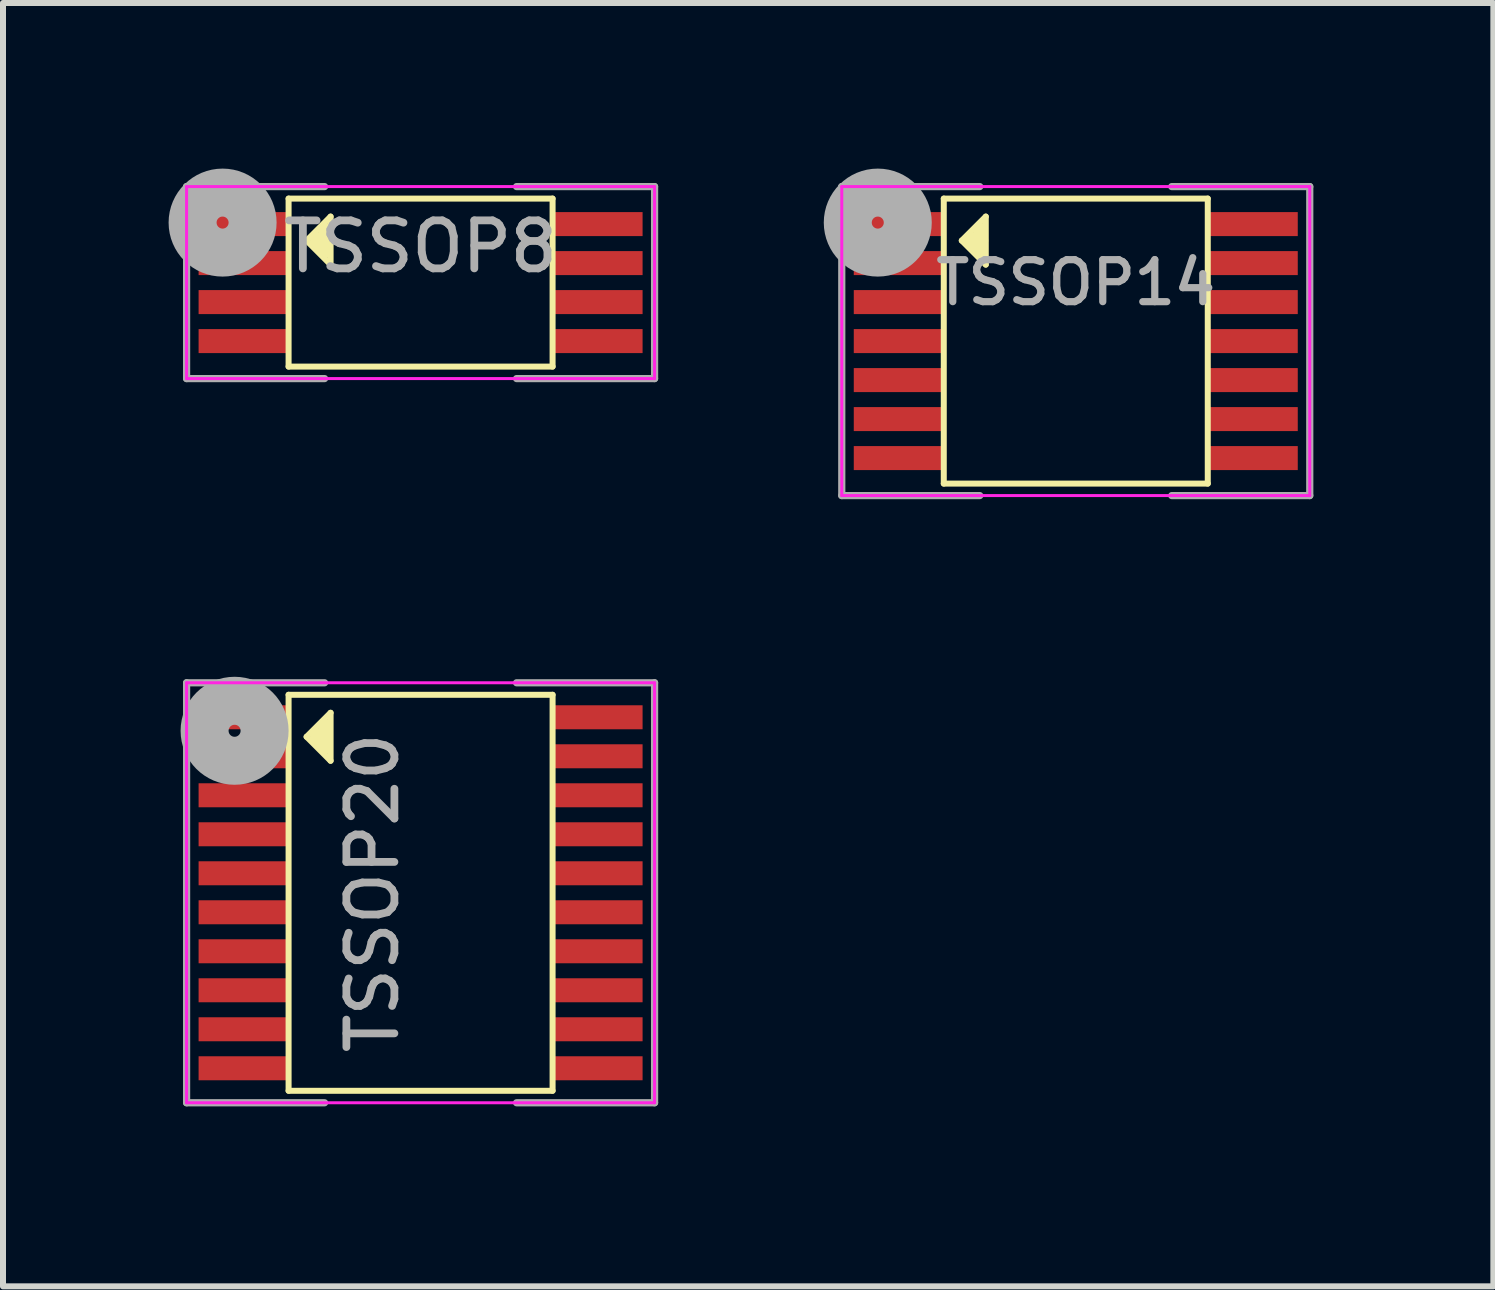
<source format=kicad_pcb>
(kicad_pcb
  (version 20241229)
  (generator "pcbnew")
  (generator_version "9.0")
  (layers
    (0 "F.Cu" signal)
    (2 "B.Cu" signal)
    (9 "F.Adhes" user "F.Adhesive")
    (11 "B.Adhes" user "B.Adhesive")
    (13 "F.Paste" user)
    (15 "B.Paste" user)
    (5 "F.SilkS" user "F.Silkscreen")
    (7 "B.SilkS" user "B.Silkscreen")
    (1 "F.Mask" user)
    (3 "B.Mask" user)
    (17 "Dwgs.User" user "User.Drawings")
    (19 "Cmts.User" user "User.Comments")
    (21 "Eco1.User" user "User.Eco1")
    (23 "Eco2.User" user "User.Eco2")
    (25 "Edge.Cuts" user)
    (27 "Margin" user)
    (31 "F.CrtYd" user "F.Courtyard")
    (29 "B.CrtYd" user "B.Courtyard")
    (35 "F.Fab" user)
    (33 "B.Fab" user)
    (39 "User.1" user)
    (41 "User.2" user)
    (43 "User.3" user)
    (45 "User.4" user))
  (footprint "TSSOP14"
    (layer "F.Cu")
    (at 14.88 2.66)
    (property "Reference" "TSSOP14" (at 0 -1 180) (layer "F.Fab") (effects (font (size 0.7 0.7) (thickness 0.12))))
    (attr smd)
    (fp_line (start -2.2 -2.4) (end 2.2 -2.4) (stroke (width 0.1) (type solid)) (layer "F.SilkS"))
    (fp_line (start -2.2 2.35) (end -2.2 -2.4) (stroke (width 0.1) (type solid)) (layer "F.SilkS"))
    (fp_line (start -1.9 -1.7) (end -1.5 -2.1) (stroke (width 0.1) (type solid)) (layer "F.SilkS"))
    (fp_line (start -1.7 -1.7) (end -1.6 -1.7) (stroke (width 0.28) (type solid)) (layer "F.SilkS"))
    (fp_line (start -1.6 -1.9) (end -1.6 -1.5) (stroke (width 0.2) (type solid)) (layer "F.SilkS"))
    (fp_line (start -1.5 -2.1) (end -1.5 -1.3) (stroke (width 0.1) (type solid)) (layer "F.SilkS"))
    (fp_line (start -1.5 -1.3) (end -1.9 -1.7) (stroke (width 0.1) (type solid)) (layer "F.SilkS"))
    (fp_line (start 2.2 -2.4) (end 2.2 2.35) (stroke (width 0.1) (type solid)) (layer "F.SilkS"))
    (fp_line (start 2.2 2.35) (end -2.2 2.35) (stroke (width 0.1) (type solid)) (layer "F.SilkS"))
    (fp_line (start -3.9 -2.6) (end 3.9 -2.6) (stroke (width 0.05) (type solid)) (layer "F.CrtYd"))
    (fp_line (start -3.9 2.55) (end -3.9 -2.6) (stroke (width 0.05) (type solid)) (layer "F.CrtYd"))
    (fp_line (start 3.9 -2.6) (end 3.9 2.55) (stroke (width 0.05) (type solid)) (layer "F.CrtYd"))
    (fp_line (start 3.9 2.55) (end -3.9 2.55) (stroke (width 0.05) (type solid)) (layer "F.CrtYd"))
    (fp_line (start -3.9 -2.6) (end -3.9 2.55) (stroke (width 0.12) (type solid)) (layer "F.Fab"))
    (fp_line (start -3.9 2.55) (end -1.6 2.55) (stroke (width 0.12) (type solid)) (layer "F.Fab"))
    (fp_line (start -1.6 -2.6) (end -3.9 -2.6) (stroke (width 0.12) (type solid)) (layer "F.Fab"))
    (fp_line (start 1.6 2.55) (end 3.9 2.55) (stroke (width 0.12) (type solid)) (layer "F.Fab"))
    (fp_line (start 3.9 -2.6) (end 1.6 -2.6) (stroke (width 0.12) (type solid)) (layer "F.Fab"))
    (fp_line (start 3.9 -2.6) (end 3.9 2.55) (stroke (width 0.12) (type solid)) (layer "F.Fab"))
    (fp_circle (center -3.3 -2) (end -3.3 -1.9) (stroke (width 0.8) (type solid)) (fill no) (layer "F.Fab"))
    (pad "1" smd rect (at -2.95 -1.975) (size 1.5 0.4) (layers "F.Cu" "F.Mask" "F.Paste"))
    (pad "2" smd rect (at -2.95 -1.325) (size 1.5 0.4) (layers "F.Cu" "F.Mask" "F.Paste"))
    (pad "3" smd rect (at -2.95 -0.675) (size 1.5 0.4) (layers "F.Cu" "F.Mask" "F.Paste"))
    (pad "4" smd rect (at -2.95 -0.025) (size 1.5 0.4) (layers "F.Cu" "F.Mask" "F.Paste"))
    (pad "5" smd rect (at -2.95 0.625) (size 1.5 0.4) (layers "F.Cu" "F.Mask" "F.Paste"))
    (pad "6" smd rect (at -2.95 1.275) (size 1.5 0.4) (layers "F.Cu" "F.Mask" "F.Paste"))
    (pad "7" smd rect (at -2.95 1.925) (size 1.5 0.4) (layers "F.Cu" "F.Mask" "F.Paste"))
    (pad "8" smd rect (at 2.95 1.925) (size 1.5 0.4) (layers "F.Cu" "F.Mask" "F.Paste"))
    (pad "9" smd rect (at 2.95 1.275) (size 1.5 0.4) (layers "F.Cu" "F.Mask" "F.Paste"))
    (pad "10" smd rect (at 2.95 0.625) (size 1.5 0.4) (layers "F.Cu" "F.Mask" "F.Paste"))
    (pad "11" smd rect (at 2.95 -0.025) (size 1.5 0.4) (layers "F.Cu" "F.Mask" "F.Paste"))
    (pad "12" smd rect (at 2.95 -0.675) (size 1.5 0.4) (layers "F.Cu" "F.Mask" "F.Paste"))
    (pad "13" smd rect (at 2.95 -1.325) (size 1.5 0.4) (layers "F.Cu" "F.Mask" "F.Paste"))
    (pad "14" smd rect (at 2.95 -1.975) (size 1.5 0.4) (layers "F.Cu" "F.Mask" "F.Paste")))
  (footprint "TSSOP8"
    (layer "F.Cu")
    (at 3.96 1.66)
    (property "Reference" "TSSOP8" (at 0 -0.6 180) (layer "F.Fab") (effects (font (size 0.8 0.8) (thickness 0.13))))
    (attr smd)
    (fp_line (start -2.2 -1.4) (end 2.2 -1.4) (stroke (width 0.1) (type solid)) (layer "F.SilkS"))
    (fp_line (start -2.2 1.4) (end -2.2 -1.4) (stroke (width 0.1) (type solid)) (layer "F.SilkS"))
    (fp_line (start -1.9 -0.7) (end -1.5 -1.1) (stroke (width 0.1) (type solid)) (layer "F.SilkS"))
    (fp_line (start -1.7 -0.7) (end -1.6 -0.7) (stroke (width 0.28) (type solid)) (layer "F.SilkS"))
    (fp_line (start -1.6 -0.9) (end -1.6 -0.5) (stroke (width 0.2) (type solid)) (layer "F.SilkS"))
    (fp_line (start -1.5 -1.1) (end -1.5 -0.3) (stroke (width 0.1) (type solid)) (layer "F.SilkS"))
    (fp_line (start -1.5 -0.3) (end -1.9 -0.7) (stroke (width 0.1) (type solid)) (layer "F.SilkS"))
    (fp_line (start 2.2 -1.4) (end 2.2 1.4) (stroke (width 0.1) (type solid)) (layer "F.SilkS"))
    (fp_line (start 2.2 1.4) (end -2.2 1.4) (stroke (width 0.1) (type solid)) (layer "F.SilkS"))
    (fp_line (start -3.9 -1.6) (end -3.9 1.6) (stroke (width 0.05) (type solid)) (layer "F.CrtYd"))
    (fp_line (start -3.9 -1.6) (end 3.9 -1.6) (stroke (width 0.05) (type solid)) (layer "F.CrtYd"))
    (fp_line (start 3.9 -1.6) (end 3.9 1.6) (stroke (width 0.05) (type solid)) (layer "F.CrtYd"))
    (fp_line (start 3.9 1.6) (end -3.9 1.6) (stroke (width 0.05) (type solid)) (layer "F.CrtYd"))
    (fp_line (start -3.9 -1.6) (end -3.9 1.6) (stroke (width 0.12) (type solid)) (layer "F.Fab"))
    (fp_line (start -3.9 1.6) (end -1.6 1.6) (stroke (width 0.12) (type solid)) (layer "F.Fab"))
    (fp_line (start -1.6 -1.6) (end -3.9 -1.6) (stroke (width 0.12) (type solid)) (layer "F.Fab"))
    (fp_line (start 1.6 1.6) (end 3.9 1.6) (stroke (width 0.12) (type solid)) (layer "F.Fab"))
    (fp_line (start 3.9 -1.6) (end 1.6 -1.6) (stroke (width 0.12) (type solid)) (layer "F.Fab"))
    (fp_line (start 3.9 -1.6) (end 3.9 1.6) (stroke (width 0.12) (type solid)) (layer "F.Fab"))
    (fp_circle (center -3.3 -1) (end -3.3 -0.9) (stroke (width 0.8) (type solid)) (fill no) (layer "F.Fab"))
    (pad "1" smd rect (at -2.95 -0.975) (size 1.5 0.4) (layers "F.Cu" "F.Mask" "F.Paste"))
    (pad "2" smd rect (at -2.95 -0.325) (size 1.5 0.4) (layers "F.Cu" "F.Mask" "F.Paste"))
    (pad "3" smd rect (at -2.95 0.325) (size 1.5 0.4) (layers "F.Cu" "F.Mask" "F.Paste"))
    (pad "4" smd rect (at -2.95 0.975) (size 1.5 0.4) (layers "F.Cu" "F.Mask" "F.Paste"))
    (pad "5" smd rect (at 2.95 0.975) (size 1.5 0.4) (layers "F.Cu" "F.Mask" "F.Paste"))
    (pad "6" smd rect (at 2.95 0.325) (size 1.5 0.4) (layers "F.Cu" "F.Mask" "F.Paste"))
    (pad "7" smd rect (at 2.95 -0.325) (size 1.5 0.4) (layers "F.Cu" "F.Mask" "F.Paste"))
    (pad "8" smd rect (at 2.95 -0.975) (size 1.5 0.4) (layers "F.Cu" "F.Mask" "F.Paste")))
  (footprint "TSSOP20"
    (layer "F.Cu")
    (at 3.96 11.83)
    (property "Reference" "TSSOP20" (at -0.8 0 90) (layer "F.Fab") (effects (font (size 0.8 0.8) (thickness 0.13))))
    (attr smd)
    (fp_line (start -2.2 -3.3) (end 2.2 -3.3) (stroke (width 0.1) (type solid)) (layer "F.SilkS"))
    (fp_line (start -2.2 3.3) (end -2.2 -3.3) (stroke (width 0.1) (type solid)) (layer "F.SilkS"))
    (fp_line (start -1.9 -2.6) (end -1.5 -3) (stroke (width 0.1) (type solid)) (layer "F.SilkS"))
    (fp_line (start -1.7 -2.6) (end -1.6 -2.6) (stroke (width 0.28) (type solid)) (layer "F.SilkS"))
    (fp_line (start -1.6 -2.8) (end -1.6 -2.4) (stroke (width 0.2) (type solid)) (layer "F.SilkS"))
    (fp_line (start -1.5 -3) (end -1.5 -2.2) (stroke (width 0.1) (type solid)) (layer "F.SilkS"))
    (fp_line (start -1.5 -2.2) (end -1.9 -2.6) (stroke (width 0.1) (type solid)) (layer "F.SilkS"))
    (fp_line (start 2.2 -3.3) (end 2.2 3.3) (stroke (width 0.1) (type solid)) (layer "F.SilkS"))
    (fp_line (start 2.2 3.3) (end -2.2 3.3) (stroke (width 0.1) (type solid)) (layer "F.SilkS"))
    (fp_line (start -3.9 -3.5) (end 3.9 -3.5) (stroke (width 0.05) (type solid)) (layer "F.CrtYd"))
    (fp_line (start -3.9 3.5) (end -3.9 -3.5) (stroke (width 0.05) (type solid)) (layer "F.CrtYd"))
    (fp_line (start 3.9 -3.5) (end 3.9 3.5) (stroke (width 0.05) (type solid)) (layer "F.CrtYd"))
    (fp_line (start 3.9 3.5) (end -3.9 3.5) (stroke (width 0.05) (type solid)) (layer "F.CrtYd"))
    (fp_line (start -3.9 -3.5) (end -3.9 3.5) (stroke (width 0.12) (type solid)) (layer "F.Fab"))
    (fp_line (start -3.9 3.5) (end -1.6 3.5) (stroke (width 0.12) (type solid)) (layer "F.Fab"))
    (fp_line (start -1.6 -3.5) (end -3.9 -3.5) (stroke (width 0.12) (type solid)) (layer "F.Fab"))
    (fp_line (start 1.6 3.5) (end 3.9 3.5) (stroke (width 0.12) (type solid)) (layer "F.Fab"))
    (fp_line (start 3.9 -3.5) (end 1.6 -3.5) (stroke (width 0.12) (type solid)) (layer "F.Fab"))
    (fp_line (start 3.9 3.5) (end 3.9 -3.5) (stroke (width 0.12) (type solid)) (layer "F.Fab"))
    (fp_circle (center -3.1 -2.7) (end -3.1 -2.6) (stroke (width 0.8) (type solid)) (fill no) (layer "F.Fab"))
    (pad "1" smd rect (at -2.95 -2.925) (size 1.5 0.4) (layers "F.Cu" "F.Mask" "F.Paste"))
    (pad "2" smd rect (at -2.95 -2.275) (size 1.5 0.4) (layers "F.Cu" "F.Mask" "F.Paste"))
    (pad "3" smd rect (at -2.95 -1.625) (size 1.5 0.4) (layers "F.Cu" "F.Mask" "F.Paste"))
    (pad "4" smd rect (at -2.95 -0.975) (size 1.5 0.4) (layers "F.Cu" "F.Mask" "F.Paste"))
    (pad "5" smd rect (at -2.95 -0.325) (size 1.5 0.4) (layers "F.Cu" "F.Mask" "F.Paste"))
    (pad "6" smd rect (at -2.95 0.325) (size 1.5 0.4) (layers "F.Cu" "F.Mask" "F.Paste"))
    (pad "7" smd rect (at -2.95 0.975) (size 1.5 0.4) (layers "F.Cu" "F.Mask" "F.Paste"))
    (pad "8" smd rect (at -2.95 1.625) (size 1.5 0.4) (layers "F.Cu" "F.Mask" "F.Paste"))
    (pad "9" smd rect (at -2.95 2.275) (size 1.5 0.4) (layers "F.Cu" "F.Mask" "F.Paste"))
    (pad "10" smd rect (at -2.95 2.925) (size 1.5 0.4) (layers "F.Cu" "F.Mask" "F.Paste"))
    (pad "11" smd rect (at 2.95 2.925) (size 1.5 0.4) (layers "F.Cu" "F.Mask" "F.Paste"))
    (pad "12" smd rect (at 2.95 2.275) (size 1.5 0.4) (layers "F.Cu" "F.Mask" "F.Paste"))
    (pad "13" smd rect (at 2.95 1.625) (size 1.5 0.4) (layers "F.Cu" "F.Mask" "F.Paste"))
    (pad "14" smd rect (at 2.95 0.975) (size 1.5 0.4) (layers "F.Cu" "F.Mask" "F.Paste"))
    (pad "15" smd rect (at 2.95 0.325) (size 1.5 0.4) (layers "F.Cu" "F.Mask" "F.Paste"))
    (pad "16" smd rect (at 2.95 -0.325) (size 1.5 0.4) (layers "F.Cu" "F.Mask" "F.Paste"))
    (pad "17" smd rect (at 2.95 -0.975) (size 1.5 0.4) (layers "F.Cu" "F.Mask" "F.Paste"))
    (pad "18" smd rect (at 2.95 -1.625) (size 1.5 0.4) (layers "F.Cu" "F.Mask" "F.Paste"))
    (pad "19" smd rect (at 2.95 -2.275) (size 1.5 0.4) (layers "F.Cu" "F.Mask" "F.Paste"))
    (pad "20" smd rect (at 2.95 -2.925) (size 1.5 0.4) (layers "F.Cu" "F.Mask" "F.Paste")))
  (gr_rect
    (start -3 -3)
    (end 21.84 18.39)
    (stroke (width 0.1) (type default))
    (fill no)
    (layer "Edge.Cuts")))
</source>
